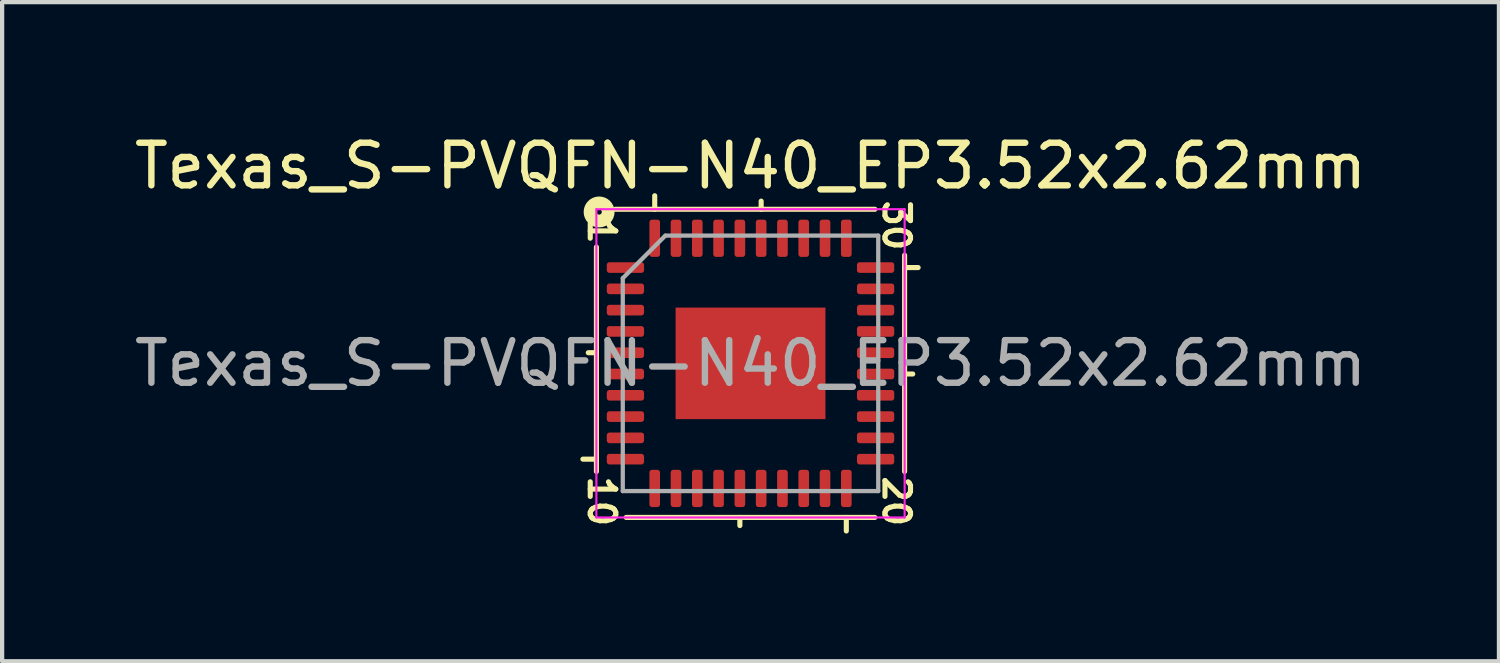
<source format=kicad_pcb>
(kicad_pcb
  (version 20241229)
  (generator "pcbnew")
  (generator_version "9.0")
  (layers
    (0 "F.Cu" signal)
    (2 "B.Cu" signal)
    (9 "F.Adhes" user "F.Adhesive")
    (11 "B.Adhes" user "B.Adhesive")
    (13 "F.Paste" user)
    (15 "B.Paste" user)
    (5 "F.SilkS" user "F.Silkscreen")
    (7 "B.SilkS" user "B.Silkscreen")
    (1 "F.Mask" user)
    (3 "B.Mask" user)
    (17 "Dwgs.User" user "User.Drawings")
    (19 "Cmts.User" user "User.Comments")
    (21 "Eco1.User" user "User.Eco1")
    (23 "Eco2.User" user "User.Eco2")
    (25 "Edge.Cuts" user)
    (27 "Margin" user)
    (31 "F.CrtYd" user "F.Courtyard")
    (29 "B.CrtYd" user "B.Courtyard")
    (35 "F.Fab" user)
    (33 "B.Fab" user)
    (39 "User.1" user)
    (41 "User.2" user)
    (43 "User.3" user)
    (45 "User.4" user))
  (footprint "Texas_S-PVQFN-N40_EP3.52x2.62mm"
    (layer "F.Cu")
    (at 14.577 5.484)
    (property "Reference" "Texas_S-PVQFN-N40_EP3.52x2.62mm" (at 0 -4.636 0) (layer "F.SilkS") (effects (font (size 1 1) (thickness 0.15))))
    (attr smd)
    (fp_line (start -3.619 -2.731) (end -3.619 2.54) (stroke (width 0.12) (type solid)) (layer "F.SilkS"))
    (fp_line (start -3.619 -0.25) (end -3.81 -0.25) (stroke (width 0.12) (type solid)) (layer "F.SilkS"))
    (fp_line (start -3.619 2.25) (end -3.937 2.25) (stroke (width 0.12) (type solid)) (layer "F.SilkS"))
    (fp_line (start -2.921 3.619) (end 2.921 3.619) (stroke (width 0.12) (type solid)) (layer "F.SilkS"))
    (fp_line (start -2.25 -3.619) (end -2.25 -3.937) (stroke (width 0.12) (type solid)) (layer "F.SilkS"))
    (fp_line (start -0.25 3.619) (end -0.25 3.81) (stroke (width 0.12) (type solid)) (layer "F.SilkS"))
    (fp_line (start 0.25 -3.619) (end 0.25 -3.81) (stroke (width 0.12) (type solid)) (layer "F.SilkS"))
    (fp_line (start 2.25 3.619) (end 2.25 3.937) (stroke (width 0.12) (type solid)) (layer "F.SilkS"))
    (fp_line (start 2.921 -3.619) (end -3.175 -3.619) (stroke (width 0.12) (type solid)) (layer "F.SilkS"))
    (fp_line (start 3.619 -2.25) (end 3.937 -2.25) (stroke (width 0.12) (type solid)) (layer "F.SilkS"))
    (fp_line (start 3.619 0.25) (end 3.81 0.25) (stroke (width 0.12) (type solid)) (layer "F.SilkS"))
    (fp_line (start 3.619 2.54) (end 3.619 -2.54) (stroke (width 0.12) (type solid)) (layer "F.SilkS"))
    (fp_circle (center -3.556 -3.556) (end -3.493 -3.556) (stroke (width 0.3) (type solid)) (fill no) (layer "F.SilkS"))
    (fp_line (start -3.62 -3.62) (end -3.62 3.62) (stroke (width 0.05) (type solid)) (layer "F.CrtYd"))
    (fp_line (start -3.62 3.62) (end 3.62 3.62) (stroke (width 0.05) (type solid)) (layer "F.CrtYd"))
    (fp_line (start 3.62 -3.62) (end -3.62 -3.62) (stroke (width 0.05) (type solid)) (layer "F.CrtYd"))
    (fp_line (start 3.62 3.62) (end 3.62 -3.62) (stroke (width 0.05) (type solid)) (layer "F.CrtYd"))
    (fp_line (start -3 -2) (end -2 -3) (stroke (width 0.1) (type solid)) (layer "F.Fab"))
    (fp_line (start -3 3) (end -3 -2) (stroke (width 0.1) (type solid)) (layer "F.Fab"))
    (fp_line (start -2 -3) (end 3 -3) (stroke (width 0.1) (type solid)) (layer "F.Fab"))
    (fp_line (start 3 -3) (end 3 3) (stroke (width 0.1) (type solid)) (layer "F.Fab"))
    (fp_line (start 3 3) (end -3 3) (stroke (width 0.1) (type solid)) (layer "F.Fab"))
    (fp_text user "1" (at -3.493 -3.111 270) (unlocked yes) (layer "F.SilkS") (effects (font (size 0.6 0.6) (thickness 0.12))))
    (fp_text user "10" (at -3.493 3.239 270) (unlocked yes) (layer "F.SilkS") (effects (font (size 0.6 0.6) (thickness 0.12))))
    (fp_text user "20" (at 3.429 3.239 270) (unlocked yes) (layer "F.SilkS") (effects (font (size 0.6 0.6) (thickness 0.12))))
    (fp_text user "30" (at 3.429 -3.239 270) (unlocked yes) (layer "F.SilkS") (effects (font (size 0.6 0.6) (thickness 0.12))))
    (fp_text user "${REFERENCE}" (at 0 0 0) (layer "F.Fab") (effects (font (size 1 1) (thickness 0.15))))
    (pad "" smd roundrect (at -1.17 -0.655) (size 0.95 1.06) (layers "F.Paste") (roundrect_rratio 0.25))
    (pad "" smd roundrect (at -1.17 0.655) (size 0.95 1.06) (layers "F.Paste") (roundrect_rratio 0.25))
    (pad "" smd roundrect (at 0 -0.655) (size 0.95 1.06) (layers "F.Paste") (roundrect_rratio 0.25))
    (pad "" smd roundrect (at 0 0.655) (size 0.95 1.06) (layers "F.Paste") (roundrect_rratio 0.25))
    (pad "" smd roundrect (at 1.17 -0.655) (size 0.95 1.06) (layers "F.Paste") (roundrect_rratio 0.25))
    (pad "" smd roundrect (at 1.17 0.655) (size 0.95 1.06) (layers "F.Paste") (roundrect_rratio 0.25))
    (pad "1" smd roundrect (at -2.938 -2.25) (size 0.875 0.25) (layers "F.Cu" "F.Mask" "F.Paste") (roundrect_rratio 0.25))
    (pad "2" smd roundrect (at -2.938 -1.75) (size 0.875 0.25) (layers "F.Cu" "F.Mask" "F.Paste") (roundrect_rratio 0.25))
    (pad "3" smd roundrect (at -2.938 -1.25) (size 0.875 0.25) (layers "F.Cu" "F.Mask" "F.Paste") (roundrect_rratio 0.25))
    (pad "4" smd roundrect (at -2.938 -0.75) (size 0.875 0.25) (layers "F.Cu" "F.Mask" "F.Paste") (roundrect_rratio 0.25))
    (pad "5" smd roundrect (at -2.938 -0.25) (size 0.875 0.25) (layers "F.Cu" "F.Mask" "F.Paste") (roundrect_rratio 0.25))
    (pad "6" smd roundrect (at -2.938 0.25) (size 0.875 0.25) (layers "F.Cu" "F.Mask" "F.Paste") (roundrect_rratio 0.25))
    (pad "7" smd roundrect (at -2.938 0.75) (size 0.875 0.25) (layers "F.Cu" "F.Mask" "F.Paste") (roundrect_rratio 0.25))
    (pad "8" smd roundrect (at -2.938 1.25) (size 0.875 0.25) (layers "F.Cu" "F.Mask" "F.Paste") (roundrect_rratio 0.25))
    (pad "9" smd roundrect (at -2.938 1.75) (size 0.875 0.25) (layers "F.Cu" "F.Mask" "F.Paste") (roundrect_rratio 0.25))
    (pad "10" smd roundrect (at -2.938 2.25) (size 0.875 0.25) (layers "F.Cu" "F.Mask" "F.Paste") (roundrect_rratio 0.25))
    (pad "11" smd roundrect (at -2.25 2.938) (size 0.25 0.875) (layers "F.Cu" "F.Mask" "F.Paste") (roundrect_rratio 0.25))
    (pad "12" smd roundrect (at -1.75 2.938) (size 0.25 0.875) (layers "F.Cu" "F.Mask" "F.Paste") (roundrect_rratio 0.25))
    (pad "13" smd roundrect (at -1.25 2.938) (size 0.25 0.875) (layers "F.Cu" "F.Mask" "F.Paste") (roundrect_rratio 0.25))
    (pad "14" smd roundrect (at -0.75 2.938) (size 0.25 0.875) (layers "F.Cu" "F.Mask" "F.Paste") (roundrect_rratio 0.25))
    (pad "15" smd roundrect (at -0.25 2.938) (size 0.25 0.875) (layers "F.Cu" "F.Mask" "F.Paste") (roundrect_rratio 0.25))
    (pad "16" smd roundrect (at 0.25 2.938) (size 0.25 0.875) (layers "F.Cu" "F.Mask" "F.Paste") (roundrect_rratio 0.25))
    (pad "17" smd roundrect (at 0.75 2.938) (size 0.25 0.875) (layers "F.Cu" "F.Mask" "F.Paste") (roundrect_rratio 0.25))
    (pad "18" smd roundrect (at 1.25 2.938) (size 0.25 0.875) (layers "F.Cu" "F.Mask" "F.Paste") (roundrect_rratio 0.25))
    (pad "19" smd roundrect (at 1.75 2.938) (size 0.25 0.875) (layers "F.Cu" "F.Mask" "F.Paste") (roundrect_rratio 0.25))
    (pad "20" smd roundrect (at 2.25 2.938) (size 0.25 0.875) (layers "F.Cu" "F.Mask" "F.Paste") (roundrect_rratio 0.25))
    (pad "21" smd roundrect (at 2.938 2.25) (size 0.875 0.25) (layers "F.Cu" "F.Mask" "F.Paste") (roundrect_rratio 0.25))
    (pad "22" smd roundrect (at 2.938 1.75) (size 0.875 0.25) (layers "F.Cu" "F.Mask" "F.Paste") (roundrect_rratio 0.25))
    (pad "23" smd roundrect (at 2.938 1.25) (size 0.875 0.25) (layers "F.Cu" "F.Mask" "F.Paste") (roundrect_rratio 0.25))
    (pad "24" smd roundrect (at 2.938 0.75) (size 0.875 0.25) (layers "F.Cu" "F.Mask" "F.Paste") (roundrect_rratio 0.25))
    (pad "25" smd roundrect (at 2.938 0.25) (size 0.875 0.25) (layers "F.Cu" "F.Mask" "F.Paste") (roundrect_rratio 0.25))
    (pad "26" smd roundrect (at 2.938 -0.25) (size 0.875 0.25) (layers "F.Cu" "F.Mask" "F.Paste") (roundrect_rratio 0.25))
    (pad "27" smd roundrect (at 2.938 -0.75) (size 0.875 0.25) (layers "F.Cu" "F.Mask" "F.Paste") (roundrect_rratio 0.25))
    (pad "28" smd roundrect (at 2.938 -1.25) (size 0.875 0.25) (layers "F.Cu" "F.Mask" "F.Paste") (roundrect_rratio 0.25))
    (pad "29" smd roundrect (at 2.938 -1.75) (size 0.875 0.25) (layers "F.Cu" "F.Mask" "F.Paste") (roundrect_rratio 0.25))
    (pad "30" smd roundrect (at 2.938 -2.25) (size 0.875 0.25) (layers "F.Cu" "F.Mask" "F.Paste") (roundrect_rratio 0.25))
    (pad "31" smd roundrect (at 2.25 -2.938) (size 0.25 0.875) (layers "F.Cu" "F.Mask" "F.Paste") (roundrect_rratio 0.25))
    (pad "32" smd roundrect (at 1.75 -2.938) (size 0.25 0.875) (layers "F.Cu" "F.Mask" "F.Paste") (roundrect_rratio 0.25))
    (pad "33" smd roundrect (at 1.25 -2.938) (size 0.25 0.875) (layers "F.Cu" "F.Mask" "F.Paste") (roundrect_rratio 0.25))
    (pad "34" smd roundrect (at 0.75 -2.938) (size 0.25 0.875) (layers "F.Cu" "F.Mask" "F.Paste") (roundrect_rratio 0.25))
    (pad "35" smd roundrect (at 0.25 -2.938) (size 0.25 0.875) (layers "F.Cu" "F.Mask" "F.Paste") (roundrect_rratio 0.25))
    (pad "36" smd roundrect (at -0.25 -2.938) (size 0.25 0.875) (layers "F.Cu" "F.Mask" "F.Paste") (roundrect_rratio 0.25))
    (pad "37" smd roundrect (at -0.75 -2.938) (size 0.25 0.875) (layers "F.Cu" "F.Mask" "F.Paste") (roundrect_rratio 0.25))
    (pad "38" smd roundrect (at -1.25 -2.938) (size 0.25 0.875) (layers "F.Cu" "F.Mask" "F.Paste") (roundrect_rratio 0.25))
    (pad "39" smd roundrect (at -1.75 -2.938) (size 0.25 0.875) (layers "F.Cu" "F.Mask" "F.Paste") (roundrect_rratio 0.25))
    (pad "40" smd roundrect (at -2.25 -2.938) (size 0.25 0.875) (layers "F.Cu" "F.Mask" "F.Paste") (roundrect_rratio 0.25))
    (pad "41" smd rect (at 0 0) (size 3.52 2.62) (layers "F.Cu" "F.Mask")))
  (gr_rect
    (start -3 -3)
    (end 32.155 12.481)
    (stroke (width 0.1) (type default))
    (fill no)
    (layer "Edge.Cuts")))
</source>
